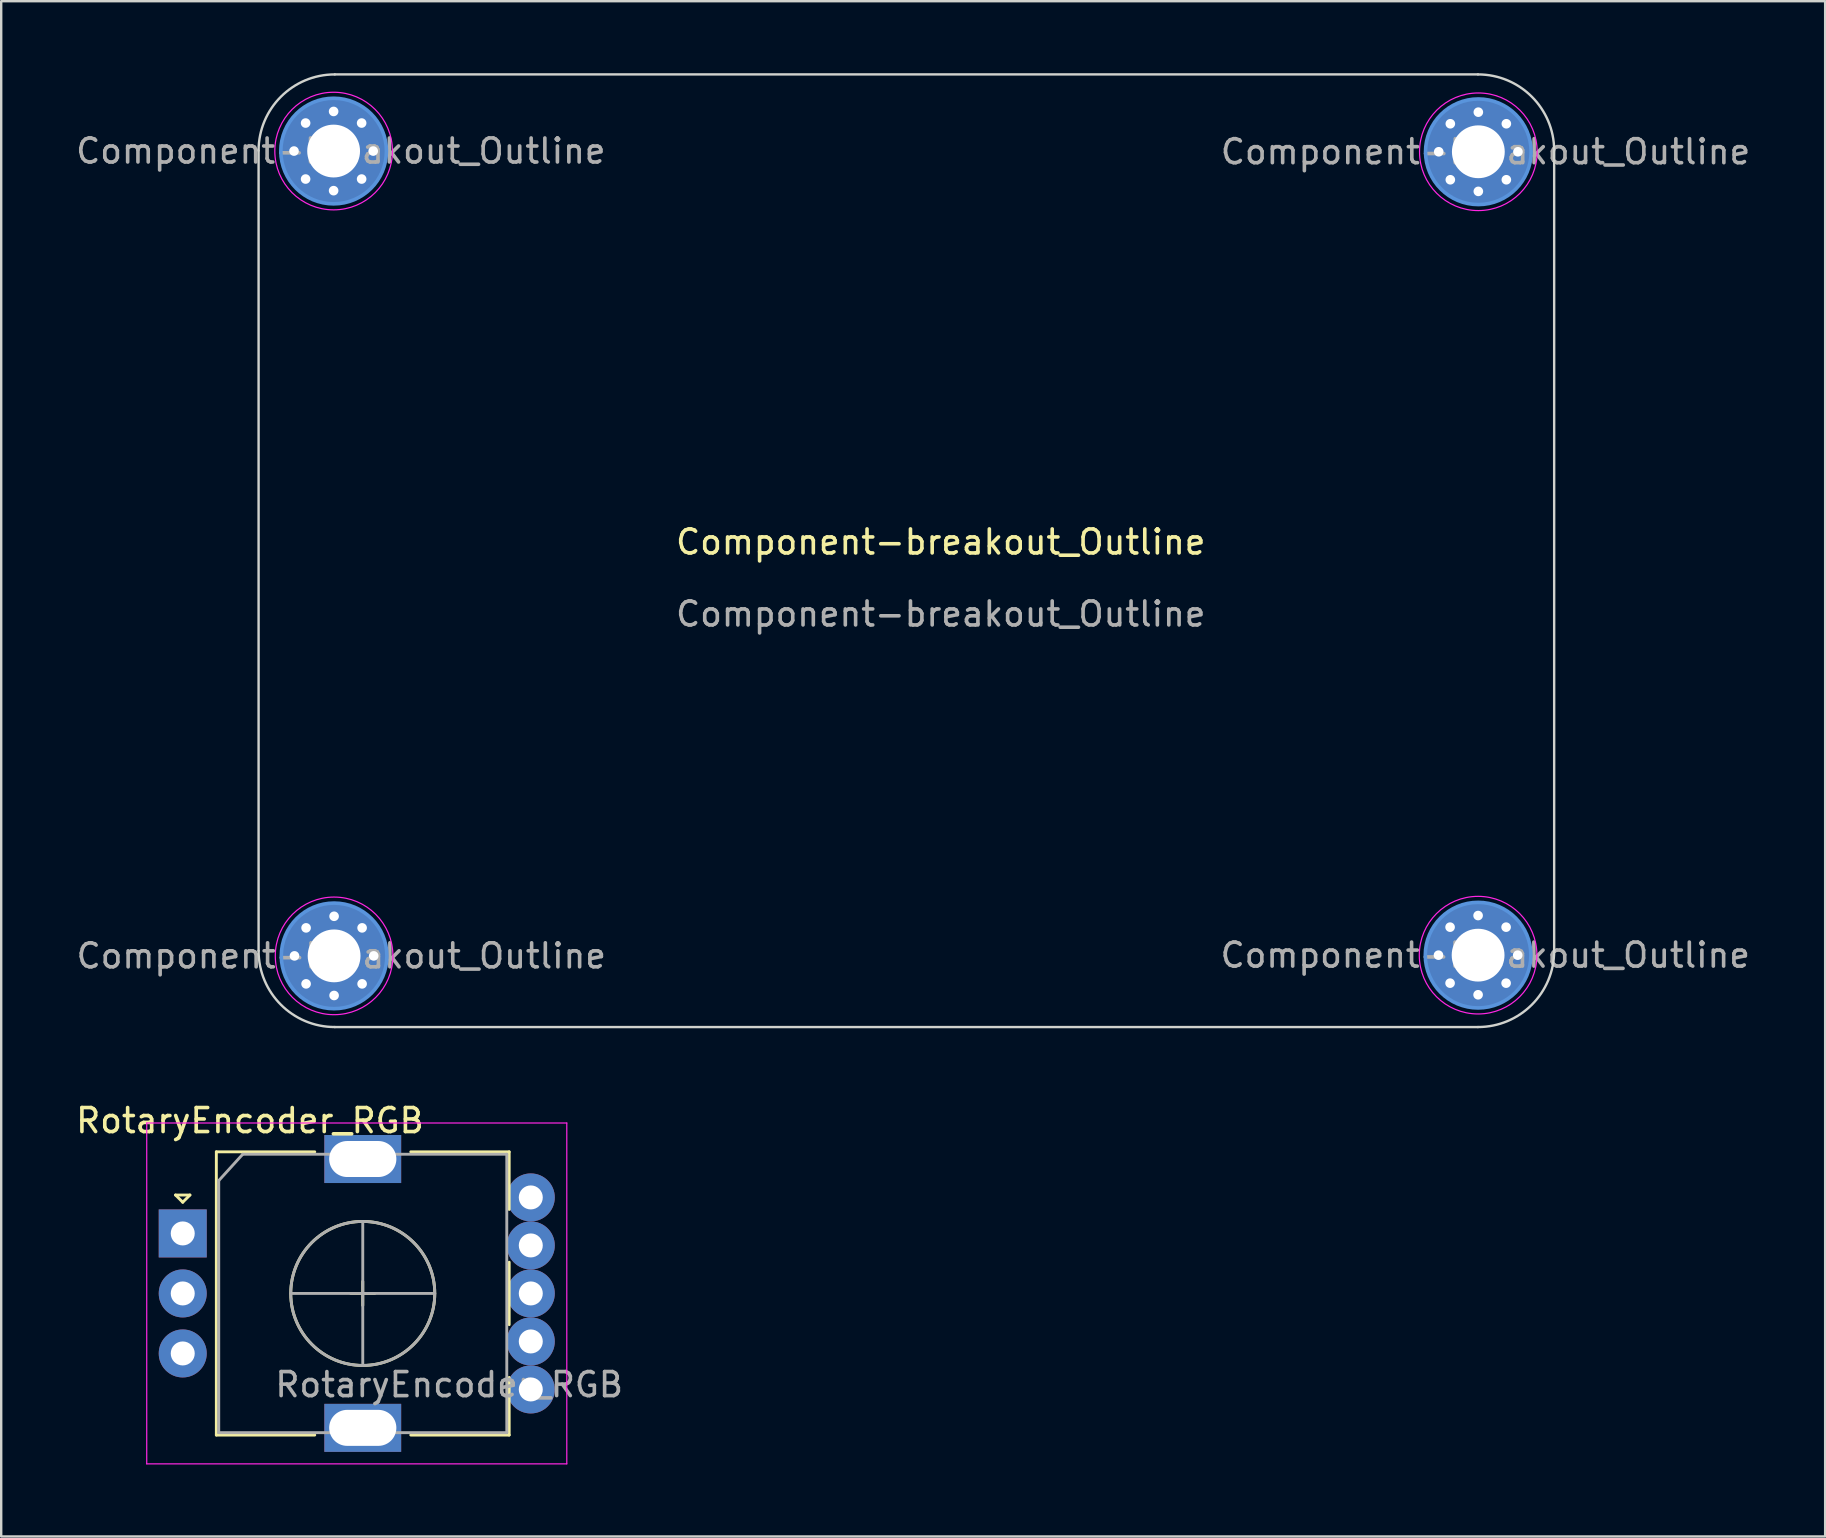
<source format=kicad_pcb>
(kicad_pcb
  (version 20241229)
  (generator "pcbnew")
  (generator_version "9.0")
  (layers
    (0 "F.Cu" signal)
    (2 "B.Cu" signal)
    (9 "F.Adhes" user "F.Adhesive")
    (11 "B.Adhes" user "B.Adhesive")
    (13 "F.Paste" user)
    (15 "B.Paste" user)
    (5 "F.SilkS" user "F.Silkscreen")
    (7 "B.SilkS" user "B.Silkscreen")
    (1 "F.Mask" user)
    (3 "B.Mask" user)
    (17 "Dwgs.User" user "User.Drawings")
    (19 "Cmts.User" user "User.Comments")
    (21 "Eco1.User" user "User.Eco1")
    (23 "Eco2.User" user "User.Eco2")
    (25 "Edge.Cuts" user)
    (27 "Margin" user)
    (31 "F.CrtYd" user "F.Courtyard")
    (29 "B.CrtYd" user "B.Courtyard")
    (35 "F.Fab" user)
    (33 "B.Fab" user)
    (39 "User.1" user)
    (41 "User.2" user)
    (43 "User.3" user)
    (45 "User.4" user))
  (footprint "Component-breakout_Outline"
    (layer "F.Cu")
    (at 36.143 20.03)
    (property "Reference" "Component-breakout_Outline" (at 0 -0.5 0) (unlocked yes) (layer "F.SilkS") (effects (font (size 1 1) (thickness 0.15))))
    (fp_circle (center -25.294 -16.787) (end -23.094 -16.787) (stroke (width 0.15) (type solid)) (fill no) (layer "Cmts.User"))
    (fp_circle (center -25.274 16.743) (end -23.074 16.743) (stroke (width 0.15) (type solid)) (fill no) (layer "Cmts.User"))
    (fp_circle (center 22.386 16.713) (end 24.586 16.713) (stroke (width 0.15) (type solid)) (fill no) (layer "Cmts.User"))
    (fp_circle (center 22.396 -16.757) (end 24.596 -16.757) (stroke (width 0.15) (type solid)) (fill no) (layer "Cmts.User"))
    (fp_line (start -28.42 -16.805) (end -28.42 16.533) (stroke (width 0.1) (type solid)) (layer "Edge.Cuts"))
    (fp_line (start -25.245 19.708) (end 22.38 19.708) (stroke (width 0.1) (type solid)) (layer "Edge.Cuts"))
    (fp_line (start 22.38 -19.98) (end -25.245 -19.98) (stroke (width 0.1) (type solid)) (layer "Edge.Cuts"))
    (fp_line (start 25.555 16.533) (end 25.555 -16.805) (stroke (width 0.1) (type solid)) (layer "Edge.Cuts"))
    (fp_arc (start -28.420064 -16.804936) (mid -27.490128 -19.05) (end -25.245064 -19.979936) (stroke (width 0.1) (type solid)) (layer "Edge.Cuts"))
    (fp_arc (start -25.245064 19.707564) (mid -27.490128 18.777628) (end -28.420064 16.532564) (stroke (width 0.1) (type solid)) (layer "Edge.Cuts"))
    (fp_arc (start 22.379936 -19.979936) (mid 24.625 -19.05) (end 25.554936 -16.804936) (stroke (width 0.1) (type solid)) (layer "Edge.Cuts"))
    (fp_arc (start 25.554936 16.532564) (mid 24.625 18.777628) (end 22.379936 19.707564) (stroke (width 0.1) (type solid)) (layer "Edge.Cuts"))
    (fp_circle (center -25.294 -16.787) (end -22.844 -16.787) (stroke (width 0.05) (type solid)) (fill no) (layer "F.CrtYd"))
    (fp_circle (center -25.274 16.743) (end -22.824 16.743) (stroke (width 0.05) (type solid)) (fill no) (layer "F.CrtYd"))
    (fp_circle (center 22.386 16.713) (end 24.836 16.713) (stroke (width 0.05) (type solid)) (fill no) (layer "F.CrtYd"))
    (fp_circle (center 22.396 -16.757) (end 24.846 -16.757) (stroke (width 0.05) (type solid)) (fill no) (layer "F.CrtYd"))
    (fp_text user "${REFERENCE}" (at -24.994 -16.787 0) (layer "F.Fab") (effects (font (size 1 1) (thickness 0.15))))
    (fp_text user "${REFERENCE}" (at 22.686 16.713 0) (layer "F.Fab") (effects (font (size 1 1) (thickness 0.15))))
    (fp_text user "${REFERENCE}" (at 22.696 -16.757 0) (layer "F.Fab") (effects (font (size 1 1) (thickness 0.15))))
    (fp_text user "${REFERENCE}" (at -24.974 16.743 0) (layer "F.Fab") (effects (font (size 1 1) (thickness 0.15))))
    (fp_text user "${REFERENCE}" (at 0 2.5 0) (unlocked yes) (layer "F.Fab") (effects (font (size 1 1) (thickness 0.15))))
    (pad "1" thru_hole circle (at -26.944 -16.787) (size 0.7 0.7) (drill 0.4) (layers "*.Cu" "*.Mask"))
    (pad "1" thru_hole circle (at -26.924 16.743) (size 0.7 0.7) (drill 0.4) (layers "*.Cu" "*.Mask"))
    (pad "1" thru_hole circle (at -26.461 -17.954) (size 0.7 0.7) (drill 0.4) (layers "*.Cu" "*.Mask"))
    (pad "1" thru_hole circle (at -26.461 -15.621) (size 0.7 0.7) (drill 0.4) (layers "*.Cu" "*.Mask"))
    (pad "1" thru_hole circle (at -26.441 15.576) (size 0.7 0.7) (drill 0.4) (layers "*.Cu" "*.Mask"))
    (pad "1" thru_hole circle (at -26.441 17.909) (size 0.7 0.7) (drill 0.4) (layers "*.Cu" "*.Mask"))
    (pad "1" thru_hole circle (at -25.294 -18.437) (size 0.7 0.7) (drill 0.4) (layers "*.Cu" "*.Mask"))
    (pad "1" thru_hole circle (at -25.294 -16.787) (size 4.4 4.4) (drill 2.2) (layers "*.Cu" "*.Mask"))
    (pad "1" thru_hole circle (at -25.294 -15.137) (size 0.7 0.7) (drill 0.4) (layers "*.Cu" "*.Mask"))
    (pad "1" thru_hole circle (at -25.274 15.093) (size 0.7 0.7) (drill 0.4) (layers "*.Cu" "*.Mask"))
    (pad "1" thru_hole circle (at -25.274 16.743) (size 4.4 4.4) (drill 2.2) (layers "*.Cu" "*.Mask"))
    (pad "1" thru_hole circle (at -25.274 18.393) (size 0.7 0.7) (drill 0.4) (layers "*.Cu" "*.Mask"))
    (pad "1" thru_hole circle (at -24.127 -17.954) (size 0.7 0.7) (drill 0.4) (layers "*.Cu" "*.Mask"))
    (pad "1" thru_hole circle (at -24.127 -15.621) (size 0.7 0.7) (drill 0.4) (layers "*.Cu" "*.Mask"))
    (pad "1" thru_hole circle (at -24.107 15.576) (size 0.7 0.7) (drill 0.4) (layers "*.Cu" "*.Mask"))
    (pad "1" thru_hole circle (at -24.107 17.909) (size 0.7 0.7) (drill 0.4) (layers "*.Cu" "*.Mask"))
    (pad "1" thru_hole circle (at -23.644 -16.787) (size 0.7 0.7) (drill 0.4) (layers "*.Cu" "*.Mask"))
    (pad "1" thru_hole circle (at -23.624 16.743) (size 0.7 0.7) (drill 0.4) (layers "*.Cu" "*.Mask"))
    (pad "1" thru_hole circle (at 20.736 16.713) (size 0.7 0.7) (drill 0.4) (layers "*.Cu" "*.Mask"))
    (pad "1" thru_hole circle (at 20.746 -16.757) (size 0.7 0.7) (drill 0.4) (layers "*.Cu" "*.Mask"))
    (pad "1" thru_hole circle (at 21.219 15.546) (size 0.7 0.7) (drill 0.4) (layers "*.Cu" "*.Mask"))
    (pad "1" thru_hole circle (at 21.219 17.879) (size 0.7 0.7) (drill 0.4) (layers "*.Cu" "*.Mask"))
    (pad "1" thru_hole circle (at 21.229 -17.924) (size 0.7 0.7) (drill 0.4) (layers "*.Cu" "*.Mask"))
    (pad "1" thru_hole circle (at 21.229 -15.591) (size 0.7 0.7) (drill 0.4) (layers "*.Cu" "*.Mask"))
    (pad "1" thru_hole circle (at 22.386 15.063) (size 0.7 0.7) (drill 0.4) (layers "*.Cu" "*.Mask"))
    (pad "1" thru_hole circle (at 22.386 16.713) (size 4.4 4.4) (drill 2.2) (layers "*.Cu" "*.Mask"))
    (pad "1" thru_hole circle (at 22.386 18.363) (size 0.7 0.7) (drill 0.4) (layers "*.Cu" "*.Mask"))
    (pad "1" thru_hole circle (at 22.396 -18.407) (size 0.7 0.7) (drill 0.4) (layers "*.Cu" "*.Mask"))
    (pad "1" thru_hole circle (at 22.396 -16.757) (size 4.4 4.4) (drill 2.2) (layers "*.Cu" "*.Mask"))
    (pad "1" thru_hole circle (at 22.396 -15.107) (size 0.7 0.7) (drill 0.4) (layers "*.Cu" "*.Mask"))
    (pad "1" thru_hole circle (at 23.553 15.546) (size 0.7 0.7) (drill 0.4) (layers "*.Cu" "*.Mask"))
    (pad "1" thru_hole circle (at 23.553 17.879) (size 0.7 0.7) (drill 0.4) (layers "*.Cu" "*.Mask"))
    (pad "1" thru_hole circle (at 23.563 -17.924) (size 0.7 0.7) (drill 0.4) (layers "*.Cu" "*.Mask"))
    (pad "1" thru_hole circle (at 23.563 -15.591) (size 0.7 0.7) (drill 0.4) (layers "*.Cu" "*.Mask"))
    (pad "1" thru_hole circle (at 24.036 16.713) (size 0.7 0.7) (drill 0.4) (layers "*.Cu" "*.Mask"))
    (pad "1" thru_hole circle (at 24.046 -16.757) (size 0.7 0.7) (drill 0.4) (layers "*.Cu" "*.Mask")))
  (footprint "RotaryEncoder_RGB"
    (layer "F.Cu")
    (at 4.563 48.336)
    (property "Reference" "RotaryEncoder_RGB" (at 2.8 -4.7 0) (layer "F.SilkS") (effects (font (size 1 1) (thickness 0.15))))
    (attr through_hole)
    (fp_line (start -0.3 -1.6) (end 0.3 -1.6) (stroke (width 0.12) (type solid)) (layer "F.SilkS"))
    (fp_line (start 0 -1.3) (end -0.3 -1.6) (stroke (width 0.12) (type solid)) (layer "F.SilkS"))
    (fp_line (start 0.3 -1.6) (end 0 -1.3) (stroke (width 0.12) (type solid)) (layer "F.SilkS"))
    (fp_line (start 1.4 -3.4) (end 1.4 8.4) (stroke (width 0.12) (type solid)) (layer "F.SilkS"))
    (fp_line (start 5.5 -3.4) (end 1.4 -3.4) (stroke (width 0.12) (type solid)) (layer "F.SilkS"))
    (fp_line (start 5.5 8.4) (end 1.4 8.4) (stroke (width 0.12) (type solid)) (layer "F.SilkS"))
    (fp_line (start 7 2.5) (end 8 2.5) (stroke (width 0.12) (type solid)) (layer "F.SilkS"))
    (fp_line (start 7.5 2) (end 7.5 3) (stroke (width 0.12) (type solid)) (layer "F.SilkS"))
    (fp_line (start 9.5 -3.4) (end 13.6 -3.4) (stroke (width 0.12) (type solid)) (layer "F.SilkS"))
    (fp_line (start 13.6 -3.4) (end 13.6 -1) (stroke (width 0.12) (type solid)) (layer "F.SilkS"))
    (fp_line (start 13.6 1.2) (end 13.6 3.8) (stroke (width 0.12) (type solid)) (layer "F.SilkS"))
    (fp_line (start 13.6 6) (end 13.6 8.4) (stroke (width 0.12) (type solid)) (layer "F.SilkS"))
    (fp_line (start 13.6 8.4) (end 9.5 8.4) (stroke (width 0.12) (type solid)) (layer "F.SilkS"))
    (fp_circle (center 7.5 2.5) (end 10.5 2.5) (stroke (width 0.12) (type solid)) (fill no) (layer "F.SilkS"))
    (fp_line (start -1.5 -4.6) (end -1.5 9.6) (stroke (width 0.05) (type solid)) (layer "F.CrtYd"))
    (fp_line (start -1.5 -4.6) (end 16 -4.6) (stroke (width 0.05) (type solid)) (layer "F.CrtYd"))
    (fp_line (start 16 9.6) (end -1.5 9.6) (stroke (width 0.05) (type solid)) (layer "F.CrtYd"))
    (fp_line (start 16 9.6) (end 16 -4.6) (stroke (width 0.05) (type solid)) (layer "F.CrtYd"))
    (fp_line (start 1.5 -2.2) (end 2.5 -3.3) (stroke (width 0.12) (type solid)) (layer "F.Fab"))
    (fp_line (start 1.5 8.3) (end 1.5 -2.2) (stroke (width 0.12) (type solid)) (layer "F.Fab"))
    (fp_line (start 2.5 -3.3) (end 13.5 -3.3) (stroke (width 0.12) (type solid)) (layer "F.Fab"))
    (fp_line (start 4.5 2.5) (end 10.5 2.5) (stroke (width 0.12) (type solid)) (layer "F.Fab"))
    (fp_line (start 7.5 -0.5) (end 7.5 5.5) (stroke (width 0.12) (type solid)) (layer "F.Fab"))
    (fp_line (start 13.5 -3.3) (end 13.5 8.3) (stroke (width 0.12) (type solid)) (layer "F.Fab"))
    (fp_line (start 13.5 8.3) (end 1.5 8.3) (stroke (width 0.12) (type solid)) (layer "F.Fab"))
    (fp_circle (center 7.5 2.5) (end 10.5 2.5) (stroke (width 0.12) (type solid)) (fill no) (layer "F.Fab"))
    (fp_text user "${REFERENCE}" (at 11.1 6.3 0) (layer "F.Fab") (effects (font (size 1 1) (thickness 0.15))))
    (pad "1" thru_hole circle (at 14.5 -1.5) (size 2 2) (drill 1) (layers "*.Cu" "*.Mask"))
    (pad "2" thru_hole circle (at 14.5 0.5) (size 2 2) (drill 1) (layers "*.Cu" "*.Mask"))
    (pad "3" thru_hole circle (at 14.5 2.5) (size 2 2) (drill 1) (layers "*.Cu" "*.Mask"))
    (pad "4" thru_hole circle (at 14.5 4.5) (size 2 2) (drill 1) (layers "*.Cu" "*.Mask"))
    (pad "5" thru_hole circle (at 14.5 6.5) (size 2 2) (drill 1) (layers "*.Cu" "*.Mask"))
    (pad "A" thru_hole rect (at 0 0) (size 2 2) (drill 1) (layers "*.Cu" "*.Mask"))
    (pad "B" thru_hole circle (at 0 5) (size 2 2) (drill 1) (layers "*.Cu" "*.Mask"))
    (pad "C" thru_hole circle (at 0 2.5) (size 2 2) (drill 1) (layers "*.Cu" "*.Mask"))
    (pad "MP" thru_hole rect (at 7.5 -3.1) (size 3.2 2) (drill oval 2.8 1.5) (layers "*.Cu" "*.Mask"))
    (pad "MP" thru_hole rect (at 7.5 8.1) (size 3.2 2) (drill oval 2.8 1.5) (layers "*.Cu" "*.Mask")))
  (gr_rect
    (start -3 -3)
    (end 72.988 60.961)
    (stroke (width 0.1) (type default))
    (fill no)
    (layer "Edge.Cuts")))
</source>
